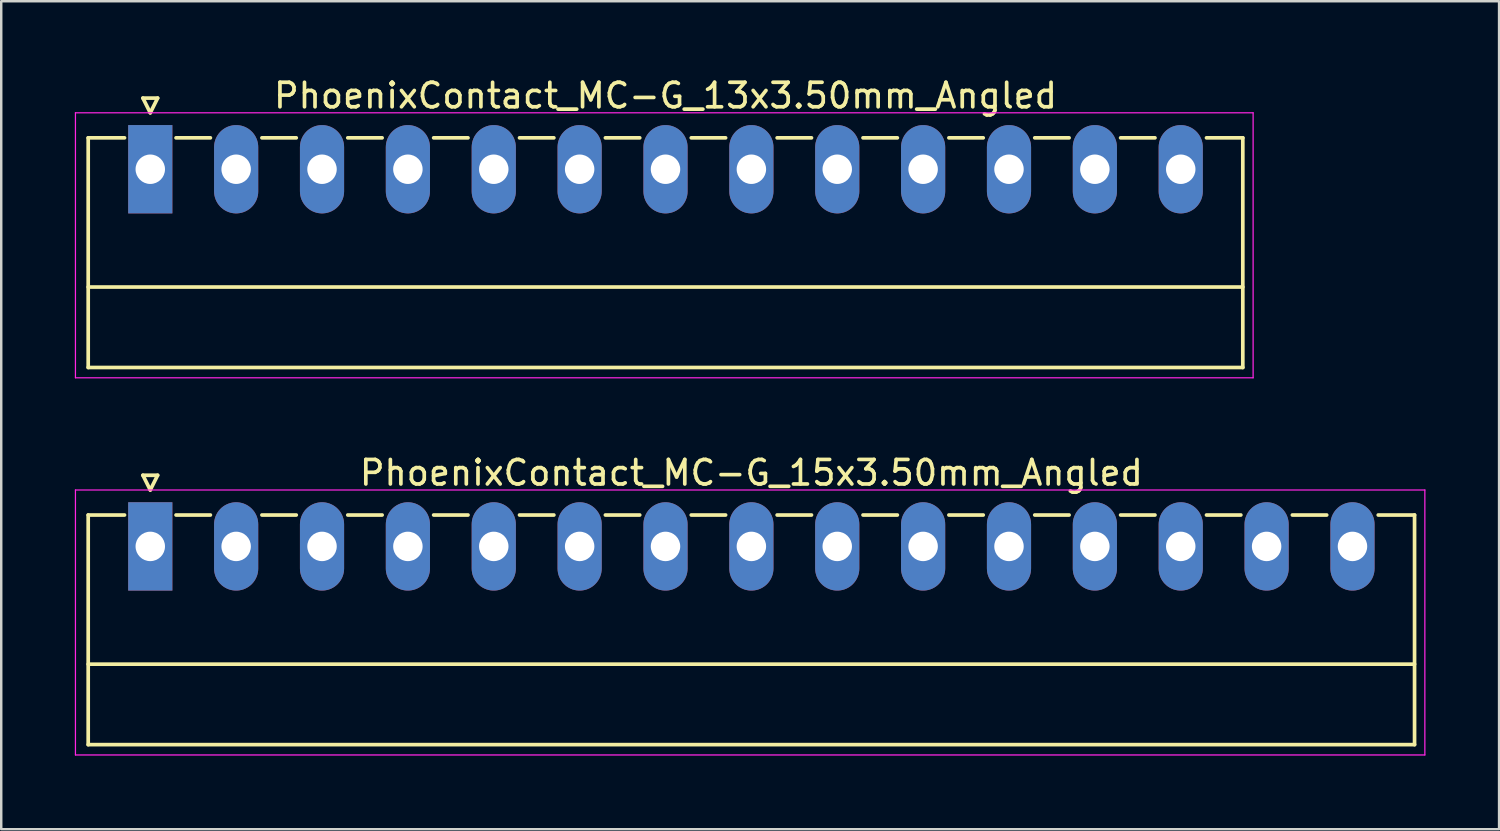
<source format=kicad_pcb>
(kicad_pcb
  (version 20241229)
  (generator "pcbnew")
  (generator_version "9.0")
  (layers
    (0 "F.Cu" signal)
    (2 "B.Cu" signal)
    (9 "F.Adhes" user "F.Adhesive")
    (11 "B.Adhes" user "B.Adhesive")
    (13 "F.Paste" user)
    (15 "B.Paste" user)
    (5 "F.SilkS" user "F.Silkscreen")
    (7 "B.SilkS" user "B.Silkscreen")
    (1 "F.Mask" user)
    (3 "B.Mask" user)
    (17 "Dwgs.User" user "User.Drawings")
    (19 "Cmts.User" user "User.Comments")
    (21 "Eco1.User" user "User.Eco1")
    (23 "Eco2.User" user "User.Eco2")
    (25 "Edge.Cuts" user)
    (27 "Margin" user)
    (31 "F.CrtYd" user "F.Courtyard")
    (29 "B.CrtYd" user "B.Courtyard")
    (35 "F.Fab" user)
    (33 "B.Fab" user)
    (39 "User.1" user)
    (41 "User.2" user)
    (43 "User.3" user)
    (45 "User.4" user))
  (footprint "PhoenixContact_MC-G_13x3.50mm_Angled"
    (layer "F.Cu")
    (at 3.075 3.848)
    (property "Reference" "PhoenixContact_MC-G_13x3.50mm_Angled" (at 21 -3 0) (layer "F.SilkS") (effects (font (size 1 1) (thickness 0.15))))
    (attr through_hole)
    (fp_line (start -2.53 -1.28) (end -2.53 8.08) (stroke (width 0.15) (type solid)) (layer "F.SilkS"))
    (fp_line (start -2.53 -1.28) (end -1.05 -1.28) (stroke (width 0.15) (type solid)) (layer "F.SilkS"))
    (fp_line (start -2.53 4.8) (end 44.53 4.8) (stroke (width 0.15) (type solid)) (layer "F.SilkS"))
    (fp_line (start -2.53 8.08) (end 44.53 8.08) (stroke (width 0.15) (type solid)) (layer "F.SilkS"))
    (fp_line (start -0.3 -2.9) (end 0 -2.3) (stroke (width 0.15) (type solid)) (layer "F.SilkS"))
    (fp_line (start 0 -2.3) (end 0.3 -2.9) (stroke (width 0.15) (type solid)) (layer "F.SilkS"))
    (fp_line (start 0.3 -2.9) (end -0.3 -2.9) (stroke (width 0.15) (type solid)) (layer "F.SilkS"))
    (fp_line (start 1.05 -1.28) (end 2.45 -1.28) (stroke (width 0.15) (type solid)) (layer "F.SilkS"))
    (fp_line (start 4.55 -1.28) (end 5.95 -1.28) (stroke (width 0.15) (type solid)) (layer "F.SilkS"))
    (fp_line (start 8.05 -1.28) (end 9.45 -1.28) (stroke (width 0.15) (type solid)) (layer "F.SilkS"))
    (fp_line (start 11.55 -1.28) (end 12.95 -1.28) (stroke (width 0.15) (type solid)) (layer "F.SilkS"))
    (fp_line (start 15.05 -1.28) (end 16.45 -1.28) (stroke (width 0.15) (type solid)) (layer "F.SilkS"))
    (fp_line (start 18.55 -1.28) (end 19.95 -1.28) (stroke (width 0.15) (type solid)) (layer "F.SilkS"))
    (fp_line (start 22.05 -1.28) (end 23.45 -1.28) (stroke (width 0.15) (type solid)) (layer "F.SilkS"))
    (fp_line (start 25.55 -1.28) (end 26.95 -1.28) (stroke (width 0.15) (type solid)) (layer "F.SilkS"))
    (fp_line (start 29.05 -1.28) (end 30.45 -1.28) (stroke (width 0.15) (type solid)) (layer "F.SilkS"))
    (fp_line (start 32.55 -1.28) (end 33.95 -1.28) (stroke (width 0.15) (type solid)) (layer "F.SilkS"))
    (fp_line (start 36.05 -1.28) (end 37.45 -1.28) (stroke (width 0.15) (type solid)) (layer "F.SilkS"))
    (fp_line (start 39.55 -1.28) (end 40.95 -1.28) (stroke (width 0.15) (type solid)) (layer "F.SilkS"))
    (fp_line (start 44.53 -1.28) (end 43.05 -1.28) (stroke (width 0.15) (type solid)) (layer "F.SilkS"))
    (fp_line (start 44.53 8.08) (end 44.53 -1.28) (stroke (width 0.15) (type solid)) (layer "F.SilkS"))
    (fp_line (start -3.05 -2.3) (end -3.05 8.5) (stroke (width 0.05) (type solid)) (layer "F.CrtYd"))
    (fp_line (start -3.05 8.5) (end 44.95 8.5) (stroke (width 0.05) (type solid)) (layer "F.CrtYd"))
    (fp_line (start 44.95 -2.3) (end -3.05 -2.3) (stroke (width 0.05) (type solid)) (layer "F.CrtYd"))
    (fp_line (start 44.95 8.5) (end 44.95 -2.3) (stroke (width 0.05) (type solid)) (layer "F.CrtYd"))
    (pad "1" thru_hole rect (at 0 0) (size 1.8 3.6) (drill 1.2) (layers "*.Cu" "*.Mask"))
    (pad "2" thru_hole oval (at 3.5 0) (size 1.8 3.6) (drill 1.2) (layers "*.Cu" "*.Mask"))
    (pad "3" thru_hole oval (at 7 0) (size 1.8 3.6) (drill 1.2) (layers "*.Cu" "*.Mask"))
    (pad "4" thru_hole oval (at 10.5 0) (size 1.8 3.6) (drill 1.2) (layers "*.Cu" "*.Mask"))
    (pad "5" thru_hole oval (at 14 0) (size 1.8 3.6) (drill 1.2) (layers "*.Cu" "*.Mask"))
    (pad "6" thru_hole oval (at 17.5 0) (size 1.8 3.6) (drill 1.2) (layers "*.Cu" "*.Mask"))
    (pad "7" thru_hole oval (at 21 0) (size 1.8 3.6) (drill 1.2) (layers "*.Cu" "*.Mask"))
    (pad "8" thru_hole oval (at 24.5 0) (size 1.8 3.6) (drill 1.2) (layers "*.Cu" "*.Mask"))
    (pad "9" thru_hole oval (at 28 0) (size 1.8 3.6) (drill 1.2) (layers "*.Cu" "*.Mask"))
    (pad "10" thru_hole oval (at 31.5 0) (size 1.8 3.6) (drill 1.2) (layers "*.Cu" "*.Mask"))
    (pad "11" thru_hole oval (at 35 0) (size 1.8 3.6) (drill 1.2) (layers "*.Cu" "*.Mask"))
    (pad "12" thru_hole oval (at 38.5 0) (size 1.8 3.6) (drill 1.2) (layers "*.Cu" "*.Mask"))
    (pad "13" thru_hole oval (at 42 0) (size 1.8 3.6) (drill 1.2) (layers "*.Cu" "*.Mask")))
  (footprint "PhoenixContact_MC-G_15x3.50mm_Angled"
    (layer "F.Cu")
    (at 3.075 19.221)
    (property "Reference" "PhoenixContact_MC-G_15x3.50mm_Angled" (at 24.5 -3 0) (layer "F.SilkS") (effects (font (size 1 1) (thickness 0.15))))
    (attr through_hole)
    (fp_line (start -2.53 -1.28) (end -2.53 8.08) (stroke (width 0.15) (type solid)) (layer "F.SilkS"))
    (fp_line (start -2.53 -1.28) (end -1.05 -1.28) (stroke (width 0.15) (type solid)) (layer "F.SilkS"))
    (fp_line (start -2.53 4.8) (end 51.53 4.8) (stroke (width 0.15) (type solid)) (layer "F.SilkS"))
    (fp_line (start -2.53 8.08) (end 51.53 8.08) (stroke (width 0.15) (type solid)) (layer "F.SilkS"))
    (fp_line (start -0.3 -2.9) (end 0 -2.3) (stroke (width 0.15) (type solid)) (layer "F.SilkS"))
    (fp_line (start 0 -2.3) (end 0.3 -2.9) (stroke (width 0.15) (type solid)) (layer "F.SilkS"))
    (fp_line (start 0.3 -2.9) (end -0.3 -2.9) (stroke (width 0.15) (type solid)) (layer "F.SilkS"))
    (fp_line (start 1.05 -1.28) (end 2.45 -1.28) (stroke (width 0.15) (type solid)) (layer "F.SilkS"))
    (fp_line (start 4.55 -1.28) (end 5.95 -1.28) (stroke (width 0.15) (type solid)) (layer "F.SilkS"))
    (fp_line (start 8.05 -1.28) (end 9.45 -1.28) (stroke (width 0.15) (type solid)) (layer "F.SilkS"))
    (fp_line (start 11.55 -1.28) (end 12.95 -1.28) (stroke (width 0.15) (type solid)) (layer "F.SilkS"))
    (fp_line (start 15.05 -1.28) (end 16.45 -1.28) (stroke (width 0.15) (type solid)) (layer "F.SilkS"))
    (fp_line (start 18.55 -1.28) (end 19.95 -1.28) (stroke (width 0.15) (type solid)) (layer "F.SilkS"))
    (fp_line (start 22.05 -1.28) (end 23.45 -1.28) (stroke (width 0.15) (type solid)) (layer "F.SilkS"))
    (fp_line (start 25.55 -1.28) (end 26.95 -1.28) (stroke (width 0.15) (type solid)) (layer "F.SilkS"))
    (fp_line (start 29.05 -1.28) (end 30.45 -1.28) (stroke (width 0.15) (type solid)) (layer "F.SilkS"))
    (fp_line (start 32.55 -1.28) (end 33.95 -1.28) (stroke (width 0.15) (type solid)) (layer "F.SilkS"))
    (fp_line (start 36.05 -1.28) (end 37.45 -1.28) (stroke (width 0.15) (type solid)) (layer "F.SilkS"))
    (fp_line (start 39.55 -1.28) (end 40.95 -1.28) (stroke (width 0.15) (type solid)) (layer "F.SilkS"))
    (fp_line (start 43.05 -1.28) (end 44.45 -1.28) (stroke (width 0.15) (type solid)) (layer "F.SilkS"))
    (fp_line (start 46.55 -1.28) (end 47.95 -1.28) (stroke (width 0.15) (type solid)) (layer "F.SilkS"))
    (fp_line (start 51.53 -1.28) (end 50.05 -1.28) (stroke (width 0.15) (type solid)) (layer "F.SilkS"))
    (fp_line (start 51.53 8.08) (end 51.53 -1.28) (stroke (width 0.15) (type solid)) (layer "F.SilkS"))
    (fp_line (start -3.05 -2.3) (end -3.05 8.5) (stroke (width 0.05) (type solid)) (layer "F.CrtYd"))
    (fp_line (start -3.05 8.5) (end 51.95 8.5) (stroke (width 0.05) (type solid)) (layer "F.CrtYd"))
    (fp_line (start 51.95 -2.3) (end -3.05 -2.3) (stroke (width 0.05) (type solid)) (layer "F.CrtYd"))
    (fp_line (start 51.95 8.5) (end 51.95 -2.3) (stroke (width 0.05) (type solid)) (layer "F.CrtYd"))
    (pad "1" thru_hole rect (at 0 0) (size 1.8 3.6) (drill 1.2) (layers "*.Cu" "*.Mask"))
    (pad "2" thru_hole oval (at 3.5 0) (size 1.8 3.6) (drill 1.2) (layers "*.Cu" "*.Mask"))
    (pad "3" thru_hole oval (at 7 0) (size 1.8 3.6) (drill 1.2) (layers "*.Cu" "*.Mask"))
    (pad "4" thru_hole oval (at 10.5 0) (size 1.8 3.6) (drill 1.2) (layers "*.Cu" "*.Mask"))
    (pad "5" thru_hole oval (at 14 0) (size 1.8 3.6) (drill 1.2) (layers "*.Cu" "*.Mask"))
    (pad "6" thru_hole oval (at 17.5 0) (size 1.8 3.6) (drill 1.2) (layers "*.Cu" "*.Mask"))
    (pad "7" thru_hole oval (at 21 0) (size 1.8 3.6) (drill 1.2) (layers "*.Cu" "*.Mask"))
    (pad "8" thru_hole oval (at 24.5 0) (size 1.8 3.6) (drill 1.2) (layers "*.Cu" "*.Mask"))
    (pad "9" thru_hole oval (at 28 0) (size 1.8 3.6) (drill 1.2) (layers "*.Cu" "*.Mask"))
    (pad "10" thru_hole oval (at 31.5 0) (size 1.8 3.6) (drill 1.2) (layers "*.Cu" "*.Mask"))
    (pad "11" thru_hole oval (at 35 0) (size 1.8 3.6) (drill 1.2) (layers "*.Cu" "*.Mask"))
    (pad "12" thru_hole oval (at 38.5 0) (size 1.8 3.6) (drill 1.2) (layers "*.Cu" "*.Mask"))
    (pad "13" thru_hole oval (at 42 0) (size 1.8 3.6) (drill 1.2) (layers "*.Cu" "*.Mask"))
    (pad "14" thru_hole oval (at 45.5 0) (size 1.8 3.6) (drill 1.2) (layers "*.Cu" "*.Mask"))
    (pad "15" thru_hole oval (at 49 0) (size 1.8 3.6) (drill 1.2) (layers "*.Cu" "*.Mask")))
  (gr_rect
    (start -3 -3)
    (end 58.05 30.747)
    (stroke (width 0.1) (type default))
    (fill no)
    (layer "Edge.Cuts")))
</source>
